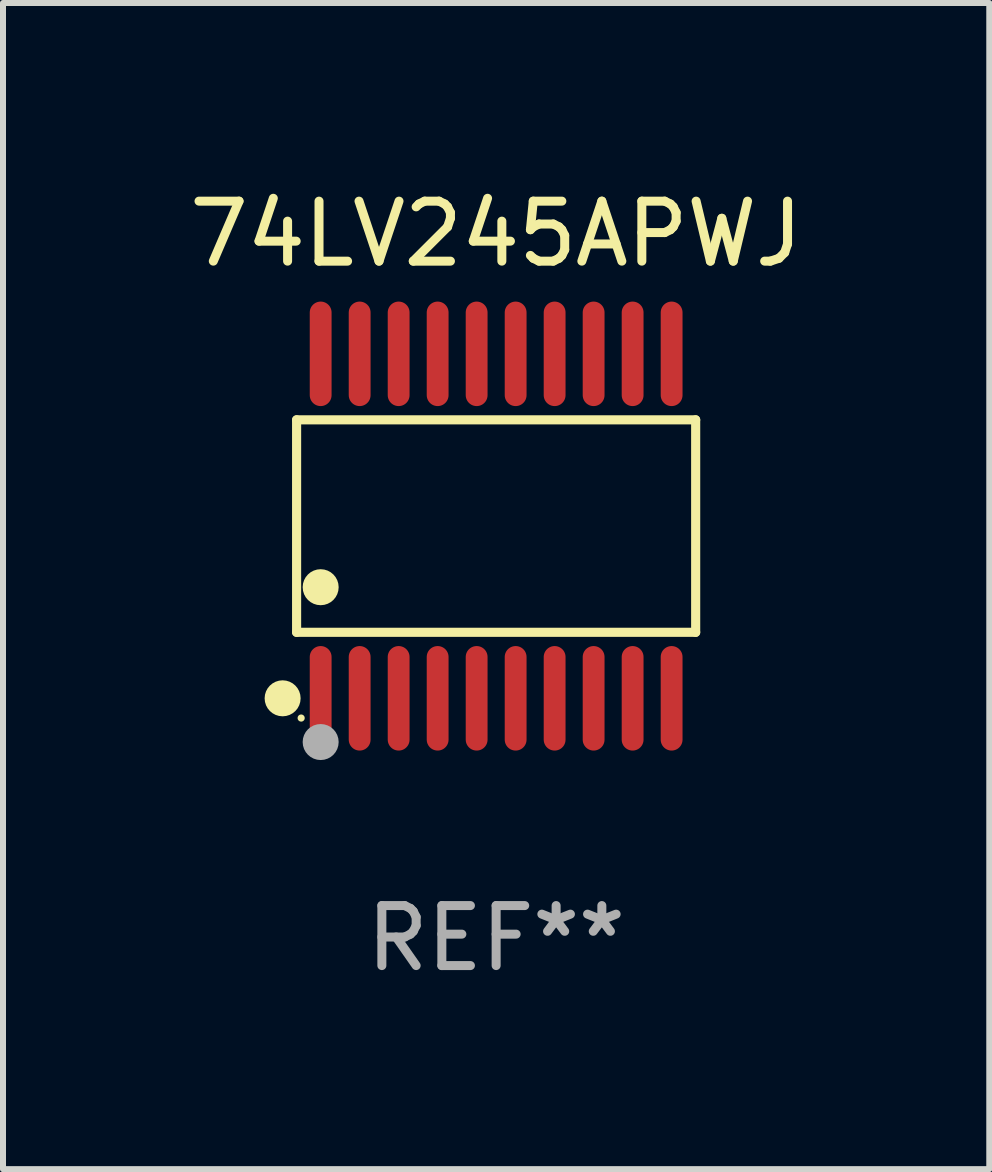
<source format=kicad_pcb>
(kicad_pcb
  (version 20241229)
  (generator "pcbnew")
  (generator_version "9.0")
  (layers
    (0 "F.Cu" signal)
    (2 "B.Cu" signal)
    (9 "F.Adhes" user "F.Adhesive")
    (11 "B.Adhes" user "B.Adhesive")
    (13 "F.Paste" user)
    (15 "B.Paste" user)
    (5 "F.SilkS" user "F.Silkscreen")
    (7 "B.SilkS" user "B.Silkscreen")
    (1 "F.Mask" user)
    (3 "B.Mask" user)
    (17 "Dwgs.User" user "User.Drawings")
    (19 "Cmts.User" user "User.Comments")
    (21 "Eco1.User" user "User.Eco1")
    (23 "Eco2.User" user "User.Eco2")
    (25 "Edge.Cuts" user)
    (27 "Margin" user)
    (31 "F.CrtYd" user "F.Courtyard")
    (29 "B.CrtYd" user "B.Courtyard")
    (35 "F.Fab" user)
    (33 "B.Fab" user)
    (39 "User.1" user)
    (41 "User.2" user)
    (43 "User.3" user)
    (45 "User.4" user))
  (footprint "74LV245APWJ"
    (layer "F.Cu")
    (at 5.22 5.719)
    (property "Reference" "74LV245APWJ" (at 0 -4.871 0) (layer "F.SilkS") (effects (font (size 1 1) (thickness 0.15))))
    (attr through_hole)
    (fp_line (start -3.326 -1.771) (end 3.326 -1.771) (stroke (width 0.152) (type solid)) (layer "F.SilkS"))
    (fp_line (start -3.326 1.771) (end -3.326 -1.771) (stroke (width 0.152) (type solid)) (layer "F.SilkS"))
    (fp_line (start 3.326 -1.771) (end 3.326 1.771) (stroke (width 0.152) (type solid)) (layer "F.SilkS"))
    (fp_line (start 3.326 1.771) (end -3.326 1.771) (stroke (width 0.152) (type solid)) (layer "F.SilkS"))
    (fp_circle (center -3.559 2.871) (end -3.409 2.871) (stroke (width 0.3) (type solid)) (fill no) (layer "F.SilkS"))
    (fp_circle (center -3.25 3.2) (end -3.22 3.2) (stroke (width 0.06) (type solid)) (fill no) (layer "F.SilkS"))
    (fp_circle (center -2.925 1.019) (end -2.775 1.019) (stroke (width 0.3) (type solid)) (fill no) (layer "F.SilkS"))
    (fp_circle (center -2.925 3.6) (end -2.775 3.6) (stroke (width 0.3) (type solid)) (fill no) (layer "F.Fab"))
    (fp_text user "REF**" (at 0 6.871 0) (layer "F.Fab") (effects (font (size 1 1) (thickness 0.15))))
    (pad "1" smd oval (at -2.925 2.871) (size 0.364 1.742) (layers "F.Cu" "F.Mask" "F.Paste"))
    (pad "2" smd oval (at -2.275 2.871) (size 0.364 1.742) (layers "F.Cu" "F.Mask" "F.Paste"))
    (pad "3" smd oval (at -1.625 2.871) (size 0.364 1.742) (layers "F.Cu" "F.Mask" "F.Paste"))
    (pad "4" smd oval (at -0.975 2.871) (size 0.364 1.742) (layers "F.Cu" "F.Mask" "F.Paste"))
    (pad "5" smd oval (at -0.325 2.871) (size 0.364 1.742) (layers "F.Cu" "F.Mask" "F.Paste"))
    (pad "6" smd oval (at 0.325 2.871) (size 0.364 1.742) (layers "F.Cu" "F.Mask" "F.Paste"))
    (pad "7" smd oval (at 0.975 2.871) (size 0.364 1.742) (layers "F.Cu" "F.Mask" "F.Paste"))
    (pad "8" smd oval (at 1.625 2.871) (size 0.364 1.742) (layers "F.Cu" "F.Mask" "F.Paste"))
    (pad "9" smd oval (at 2.275 2.871) (size 0.364 1.742) (layers "F.Cu" "F.Mask" "F.Paste"))
    (pad "10" smd oval (at 2.925 2.871) (size 0.364 1.742) (layers "F.Cu" "F.Mask" "F.Paste"))
    (pad "11" smd oval (at 2.925 -2.871) (size 0.364 1.742) (layers "F.Cu" "F.Mask" "F.Paste"))
    (pad "12" smd oval (at 2.275 -2.871) (size 0.364 1.742) (layers "F.Cu" "F.Mask" "F.Paste"))
    (pad "13" smd oval (at 1.625 -2.871) (size 0.364 1.742) (layers "F.Cu" "F.Mask" "F.Paste"))
    (pad "14" smd oval (at 0.975 -2.871) (size 0.364 1.742) (layers "F.Cu" "F.Mask" "F.Paste"))
    (pad "15" smd oval (at 0.325 -2.871) (size 0.364 1.742) (layers "F.Cu" "F.Mask" "F.Paste"))
    (pad "16" smd oval (at -0.325 -2.871) (size 0.364 1.742) (layers "F.Cu" "F.Mask" "F.Paste"))
    (pad "17" smd oval (at -0.975 -2.871) (size 0.364 1.742) (layers "F.Cu" "F.Mask" "F.Paste"))
    (pad "18" smd oval (at -1.625 -2.871) (size 0.364 1.742) (layers "F.Cu" "F.Mask" "F.Paste"))
    (pad "19" smd oval (at -2.275 -2.871) (size 0.364 1.742) (layers "F.Cu" "F.Mask" "F.Paste"))
    (pad "20" smd oval (at -2.925 -2.871) (size 0.364 1.742) (layers "F.Cu" "F.Mask" "F.Paste")))
  (gr_rect
    (start -3 -3)
    (end 13.44 16.438)
    (stroke (width 0.1) (type default))
    (fill no)
    (layer "Edge.Cuts")))
</source>
